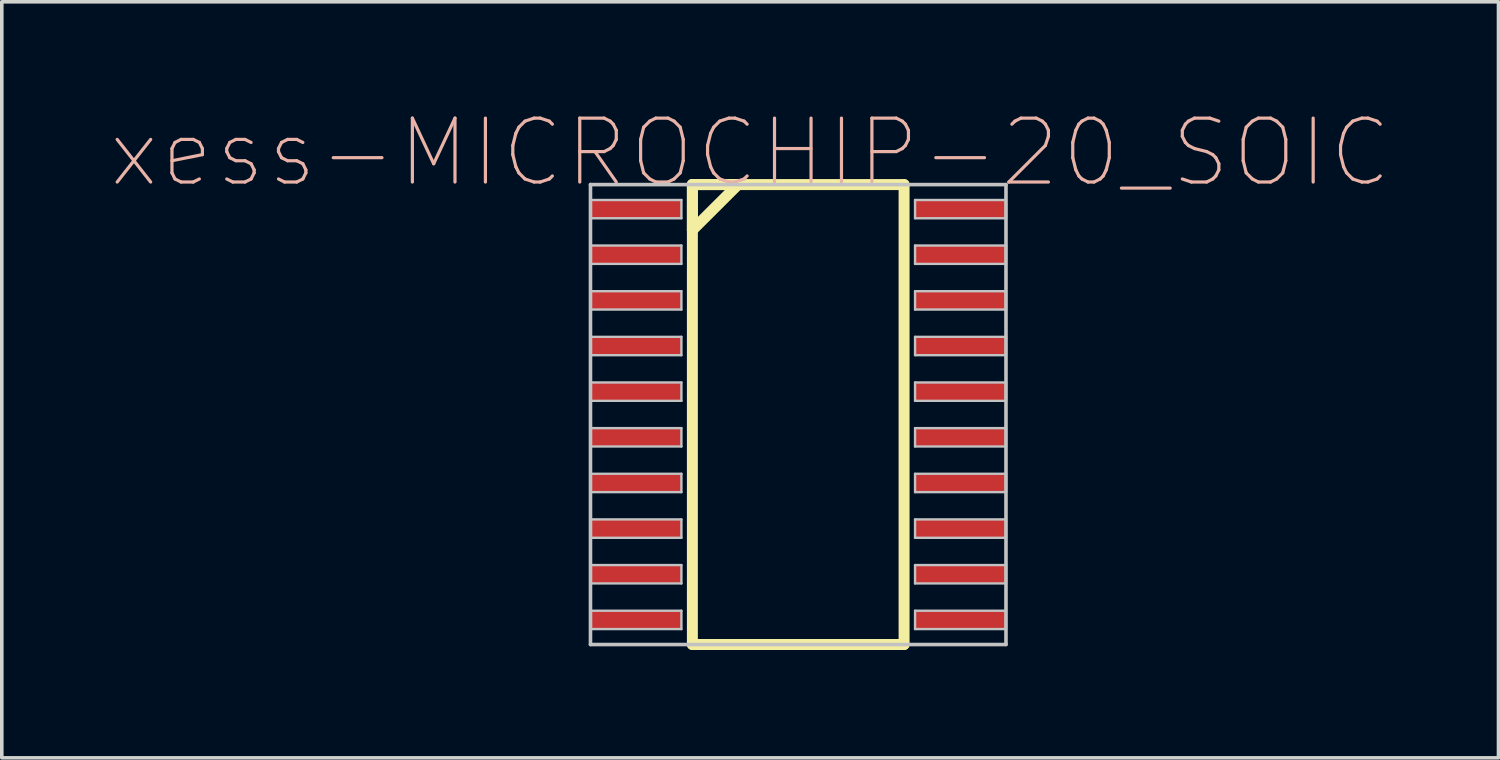
<source format=kicad_pcb>
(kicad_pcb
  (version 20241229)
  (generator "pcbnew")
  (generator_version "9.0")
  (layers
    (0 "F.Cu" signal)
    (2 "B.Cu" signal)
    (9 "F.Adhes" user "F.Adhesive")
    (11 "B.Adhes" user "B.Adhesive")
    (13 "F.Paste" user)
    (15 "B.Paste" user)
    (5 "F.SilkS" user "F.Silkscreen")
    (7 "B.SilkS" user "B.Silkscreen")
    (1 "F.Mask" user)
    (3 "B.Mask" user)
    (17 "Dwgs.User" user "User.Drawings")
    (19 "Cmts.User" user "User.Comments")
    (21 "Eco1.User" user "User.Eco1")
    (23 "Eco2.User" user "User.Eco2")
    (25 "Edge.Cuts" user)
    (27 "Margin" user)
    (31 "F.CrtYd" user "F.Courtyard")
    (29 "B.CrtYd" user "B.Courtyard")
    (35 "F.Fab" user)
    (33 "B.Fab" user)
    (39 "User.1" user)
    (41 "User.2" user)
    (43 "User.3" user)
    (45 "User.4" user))
  (footprint "xess-MICROCHIP-20_SOIC"
    (layer "F.Cu")
    (at 14.643 2.768)
    (property "Reference" "xess-MICROCHIP-20_SOIC" (at 3.178 -1.572 0) (layer "B.SilkS") (effects (font (size 1.778 1.778) (thickness 0.089))))
    (attr smd)
    (fp_line (start 1.57 -0.683) (end 1.57 0.584) (stroke (width 0.305) (type solid)) (layer "F.SilkS"))
    (fp_line (start 1.57 -0.683) (end 1.57 12.113) (stroke (width 0.305) (type solid)) (layer "F.SilkS"))
    (fp_line (start 1.57 0.584) (end 2.84 -0.683) (stroke (width 0.305) (type solid)) (layer "F.SilkS"))
    (fp_line (start 1.57 12.113) (end 7.46 12.113) (stroke (width 0.305) (type solid)) (layer "F.SilkS"))
    (fp_line (start 2.84 -0.683) (end 1.57 -0.683) (stroke (width 0.305) (type solid)) (layer "F.SilkS"))
    (fp_line (start 7.46 -0.683) (end 1.57 -0.683) (stroke (width 0.305) (type solid)) (layer "F.SilkS"))
    (fp_line (start 7.46 12.113) (end 7.46 -0.683) (stroke (width 0.305) (type solid)) (layer "F.SilkS"))
    (fp_line (start -1.265 -0.683) (end -1.265 12.113) (stroke (width 0.1) (type solid)) (layer "Dwgs.User"))
    (fp_line (start -1.265 -0.254) (end 1.265 -0.254) (stroke (width 0.066) (type solid)) (layer "Dwgs.User"))
    (fp_line (start -1.265 0.254) (end -1.265 -0.254) (stroke (width 0.066) (type solid)) (layer "Dwgs.User"))
    (fp_line (start -1.265 0.254) (end 1.265 0.254) (stroke (width 0.066) (type solid)) (layer "Dwgs.User"))
    (fp_line (start -1.265 1.013) (end 1.265 1.013) (stroke (width 0.066) (type solid)) (layer "Dwgs.User"))
    (fp_line (start -1.265 1.524) (end -1.265 1.013) (stroke (width 0.066) (type solid)) (layer "Dwgs.User"))
    (fp_line (start -1.265 1.524) (end 1.265 1.524) (stroke (width 0.066) (type solid)) (layer "Dwgs.User"))
    (fp_line (start -1.265 2.283) (end 1.265 2.283) (stroke (width 0.066) (type solid)) (layer "Dwgs.User"))
    (fp_line (start -1.265 2.794) (end -1.265 2.283) (stroke (width 0.066) (type solid)) (layer "Dwgs.User"))
    (fp_line (start -1.265 2.794) (end 1.265 2.794) (stroke (width 0.066) (type solid)) (layer "Dwgs.User"))
    (fp_line (start -1.265 3.553) (end 1.265 3.553) (stroke (width 0.066) (type solid)) (layer "Dwgs.User"))
    (fp_line (start -1.265 4.064) (end -1.265 3.553) (stroke (width 0.066) (type solid)) (layer "Dwgs.User"))
    (fp_line (start -1.265 4.064) (end 1.265 4.064) (stroke (width 0.066) (type solid)) (layer "Dwgs.User"))
    (fp_line (start -1.265 4.823) (end 1.265 4.823) (stroke (width 0.066) (type solid)) (layer "Dwgs.User"))
    (fp_line (start -1.265 5.334) (end -1.265 4.823) (stroke (width 0.066) (type solid)) (layer "Dwgs.User"))
    (fp_line (start -1.265 5.334) (end 1.265 5.334) (stroke (width 0.066) (type solid)) (layer "Dwgs.User"))
    (fp_line (start -1.265 6.093) (end 1.265 6.093) (stroke (width 0.066) (type solid)) (layer "Dwgs.User"))
    (fp_line (start -1.265 6.604) (end -1.265 6.093) (stroke (width 0.066) (type solid)) (layer "Dwgs.User"))
    (fp_line (start -1.265 6.604) (end 1.265 6.604) (stroke (width 0.066) (type solid)) (layer "Dwgs.User"))
    (fp_line (start -1.265 7.363) (end 1.265 7.363) (stroke (width 0.066) (type solid)) (layer "Dwgs.User"))
    (fp_line (start -1.265 7.874) (end -1.265 7.363) (stroke (width 0.066) (type solid)) (layer "Dwgs.User"))
    (fp_line (start -1.265 7.874) (end 1.265 7.874) (stroke (width 0.066) (type solid)) (layer "Dwgs.User"))
    (fp_line (start -1.265 8.633) (end 1.265 8.633) (stroke (width 0.066) (type solid)) (layer "Dwgs.User"))
    (fp_line (start -1.265 9.144) (end -1.265 8.633) (stroke (width 0.066) (type solid)) (layer "Dwgs.User"))
    (fp_line (start -1.265 9.144) (end 1.265 9.144) (stroke (width 0.066) (type solid)) (layer "Dwgs.User"))
    (fp_line (start -1.265 9.903) (end 1.265 9.903) (stroke (width 0.066) (type solid)) (layer "Dwgs.User"))
    (fp_line (start -1.265 10.414) (end -1.265 9.903) (stroke (width 0.066) (type solid)) (layer "Dwgs.User"))
    (fp_line (start -1.265 10.414) (end 1.265 10.414) (stroke (width 0.066) (type solid)) (layer "Dwgs.User"))
    (fp_line (start -1.265 11.173) (end 1.265 11.173) (stroke (width 0.066) (type solid)) (layer "Dwgs.User"))
    (fp_line (start -1.265 11.684) (end -1.265 11.173) (stroke (width 0.066) (type solid)) (layer "Dwgs.User"))
    (fp_line (start -1.265 11.684) (end 1.265 11.684) (stroke (width 0.066) (type solid)) (layer "Dwgs.User"))
    (fp_line (start -1.265 12.113) (end 10.295 12.113) (stroke (width 0.1) (type solid)) (layer "Dwgs.User"))
    (fp_line (start 1.265 0.254) (end 1.265 -0.254) (stroke (width 0.066) (type solid)) (layer "Dwgs.User"))
    (fp_line (start 1.265 1.524) (end 1.265 1.013) (stroke (width 0.066) (type solid)) (layer "Dwgs.User"))
    (fp_line (start 1.265 2.794) (end 1.265 2.283) (stroke (width 0.066) (type solid)) (layer "Dwgs.User"))
    (fp_line (start 1.265 4.064) (end 1.265 3.553) (stroke (width 0.066) (type solid)) (layer "Dwgs.User"))
    (fp_line (start 1.265 5.334) (end 1.265 4.823) (stroke (width 0.066) (type solid)) (layer "Dwgs.User"))
    (fp_line (start 1.265 6.604) (end 1.265 6.093) (stroke (width 0.066) (type solid)) (layer "Dwgs.User"))
    (fp_line (start 1.265 7.874) (end 1.265 7.363) (stroke (width 0.066) (type solid)) (layer "Dwgs.User"))
    (fp_line (start 1.265 9.144) (end 1.265 8.633) (stroke (width 0.066) (type solid)) (layer "Dwgs.User"))
    (fp_line (start 1.265 10.414) (end 1.265 9.903) (stroke (width 0.066) (type solid)) (layer "Dwgs.User"))
    (fp_line (start 1.265 11.684) (end 1.265 11.173) (stroke (width 0.066) (type solid)) (layer "Dwgs.User"))
    (fp_line (start 7.765 -0.254) (end 10.295 -0.254) (stroke (width 0.066) (type solid)) (layer "Dwgs.User"))
    (fp_line (start 7.765 0.254) (end 7.765 -0.254) (stroke (width 0.066) (type solid)) (layer "Dwgs.User"))
    (fp_line (start 7.765 0.254) (end 10.295 0.254) (stroke (width 0.066) (type solid)) (layer "Dwgs.User"))
    (fp_line (start 7.765 1.013) (end 10.295 1.013) (stroke (width 0.066) (type solid)) (layer "Dwgs.User"))
    (fp_line (start 7.765 1.524) (end 7.765 1.013) (stroke (width 0.066) (type solid)) (layer "Dwgs.User"))
    (fp_line (start 7.765 1.524) (end 10.295 1.524) (stroke (width 0.066) (type solid)) (layer "Dwgs.User"))
    (fp_line (start 7.765 2.283) (end 10.295 2.283) (stroke (width 0.066) (type solid)) (layer "Dwgs.User"))
    (fp_line (start 7.765 2.794) (end 7.765 2.283) (stroke (width 0.066) (type solid)) (layer "Dwgs.User"))
    (fp_line (start 7.765 2.794) (end 10.295 2.794) (stroke (width 0.066) (type solid)) (layer "Dwgs.User"))
    (fp_line (start 7.765 3.553) (end 10.295 3.553) (stroke (width 0.066) (type solid)) (layer "Dwgs.User"))
    (fp_line (start 7.765 4.064) (end 7.765 3.553) (stroke (width 0.066) (type solid)) (layer "Dwgs.User"))
    (fp_line (start 7.765 4.064) (end 10.295 4.064) (stroke (width 0.066) (type solid)) (layer "Dwgs.User"))
    (fp_line (start 7.765 4.823) (end 10.295 4.823) (stroke (width 0.066) (type solid)) (layer "Dwgs.User"))
    (fp_line (start 7.765 5.334) (end 7.765 4.823) (stroke (width 0.066) (type solid)) (layer "Dwgs.User"))
    (fp_line (start 7.765 5.334) (end 10.295 5.334) (stroke (width 0.066) (type solid)) (layer "Dwgs.User"))
    (fp_line (start 7.765 6.093) (end 10.295 6.093) (stroke (width 0.066) (type solid)) (layer "Dwgs.User"))
    (fp_line (start 7.765 6.604) (end 7.765 6.093) (stroke (width 0.066) (type solid)) (layer "Dwgs.User"))
    (fp_line (start 7.765 6.604) (end 10.295 6.604) (stroke (width 0.066) (type solid)) (layer "Dwgs.User"))
    (fp_line (start 7.765 7.363) (end 10.295 7.363) (stroke (width 0.066) (type solid)) (layer "Dwgs.User"))
    (fp_line (start 7.765 7.874) (end 7.765 7.363) (stroke (width 0.066) (type solid)) (layer "Dwgs.User"))
    (fp_line (start 7.765 7.874) (end 10.295 7.874) (stroke (width 0.066) (type solid)) (layer "Dwgs.User"))
    (fp_line (start 7.765 8.633) (end 10.295 8.633) (stroke (width 0.066) (type solid)) (layer "Dwgs.User"))
    (fp_line (start 7.765 9.144) (end 7.765 8.633) (stroke (width 0.066) (type solid)) (layer "Dwgs.User"))
    (fp_line (start 7.765 9.144) (end 10.295 9.144) (stroke (width 0.066) (type solid)) (layer "Dwgs.User"))
    (fp_line (start 7.765 9.903) (end 10.295 9.903) (stroke (width 0.066) (type solid)) (layer "Dwgs.User"))
    (fp_line (start 7.765 10.414) (end 7.765 9.903) (stroke (width 0.066) (type solid)) (layer "Dwgs.User"))
    (fp_line (start 7.765 10.414) (end 10.295 10.414) (stroke (width 0.066) (type solid)) (layer "Dwgs.User"))
    (fp_line (start 7.765 11.173) (end 10.295 11.173) (stroke (width 0.066) (type solid)) (layer "Dwgs.User"))
    (fp_line (start 7.765 11.684) (end 7.765 11.173) (stroke (width 0.066) (type solid)) (layer "Dwgs.User"))
    (fp_line (start 7.765 11.684) (end 10.295 11.684) (stroke (width 0.066) (type solid)) (layer "Dwgs.User"))
    (fp_line (start 10.295 -0.683) (end -1.265 -0.683) (stroke (width 0.1) (type solid)) (layer "Dwgs.User"))
    (fp_line (start 10.295 0.254) (end 10.295 -0.254) (stroke (width 0.066) (type solid)) (layer "Dwgs.User"))
    (fp_line (start 10.295 1.524) (end 10.295 1.013) (stroke (width 0.066) (type solid)) (layer "Dwgs.User"))
    (fp_line (start 10.295 2.794) (end 10.295 2.283) (stroke (width 0.066) (type solid)) (layer "Dwgs.User"))
    (fp_line (start 10.295 4.064) (end 10.295 3.553) (stroke (width 0.066) (type solid)) (layer "Dwgs.User"))
    (fp_line (start 10.295 5.334) (end 10.295 4.823) (stroke (width 0.066) (type solid)) (layer "Dwgs.User"))
    (fp_line (start 10.295 6.604) (end 10.295 6.093) (stroke (width 0.066) (type solid)) (layer "Dwgs.User"))
    (fp_line (start 10.295 7.874) (end 10.295 7.363) (stroke (width 0.066) (type solid)) (layer "Dwgs.User"))
    (fp_line (start 10.295 9.144) (end 10.295 8.633) (stroke (width 0.066) (type solid)) (layer "Dwgs.User"))
    (fp_line (start 10.295 10.414) (end 10.295 9.903) (stroke (width 0.066) (type solid)) (layer "Dwgs.User"))
    (fp_line (start 10.295 11.684) (end 10.295 11.173) (stroke (width 0.066) (type solid)) (layer "Dwgs.User"))
    (fp_line (start 10.295 12.113) (end 10.295 -0.683) (stroke (width 0.1) (type solid)) (layer "Dwgs.User"))
    (pad "1" smd rect (at 0 0) (size 2.53 0.508) (layers "F.Cu" "F.Mask" "F.Paste"))
    (pad "2" smd rect (at 0 1.27) (size 2.53 0.508) (layers "F.Cu" "F.Mask" "F.Paste"))
    (pad "3" smd rect (at 0 2.54) (size 2.53 0.508) (layers "F.Cu" "F.Mask" "F.Paste"))
    (pad "4" smd rect (at 0 3.81) (size 2.53 0.508) (layers "F.Cu" "F.Mask" "F.Paste"))
    (pad "5" smd rect (at 0 5.08) (size 2.53 0.508) (layers "F.Cu" "F.Mask" "F.Paste"))
    (pad "6" smd rect (at 0 6.35) (size 2.53 0.508) (layers "F.Cu" "F.Mask" "F.Paste"))
    (pad "7" smd rect (at 0 7.62) (size 2.53 0.508) (layers "F.Cu" "F.Mask" "F.Paste"))
    (pad "8" smd rect (at 0 8.89) (size 2.53 0.508) (layers "F.Cu" "F.Mask" "F.Paste"))
    (pad "9" smd rect (at 0 10.16) (size 2.53 0.508) (layers "F.Cu" "F.Mask" "F.Paste"))
    (pad "10" smd rect (at 0 11.43) (size 2.53 0.508) (layers "F.Cu" "F.Mask" "F.Paste"))
    (pad "11" smd rect (at 9.03 11.43) (size 2.53 0.508) (layers "F.Cu" "F.Mask" "F.Paste"))
    (pad "12" smd rect (at 9.03 10.16) (size 2.53 0.508) (layers "F.Cu" "F.Mask" "F.Paste"))
    (pad "13" smd rect (at 9.03 8.89) (size 2.53 0.508) (layers "F.Cu" "F.Mask" "F.Paste"))
    (pad "14" smd rect (at 9.03 7.62) (size 2.53 0.508) (layers "F.Cu" "F.Mask" "F.Paste"))
    (pad "15" smd rect (at 9.03 6.35) (size 2.53 0.508) (layers "F.Cu" "F.Mask" "F.Paste"))
    (pad "16" smd rect (at 9.03 5.08) (size 2.53 0.508) (layers "F.Cu" "F.Mask" "F.Paste"))
    (pad "17" smd rect (at 9.03 3.81) (size 2.53 0.508) (layers "F.Cu" "F.Mask" "F.Paste"))
    (pad "18" smd rect (at 9.03 2.54) (size 2.53 0.508) (layers "F.Cu" "F.Mask" "F.Paste"))
    (pad "19" smd rect (at 9.03 1.27) (size 2.53 0.508) (layers "F.Cu" "F.Mask" "F.Paste"))
    (pad "20" smd rect (at 9.03 0) (size 2.53 0.508) (layers "F.Cu" "F.Mask" "F.Paste")))
  (gr_rect
    (start -3 -3)
    (end 38.64 18.034)
    (stroke (width 0.1) (type default))
    (fill no)
    (layer "Edge.Cuts")))
</source>
